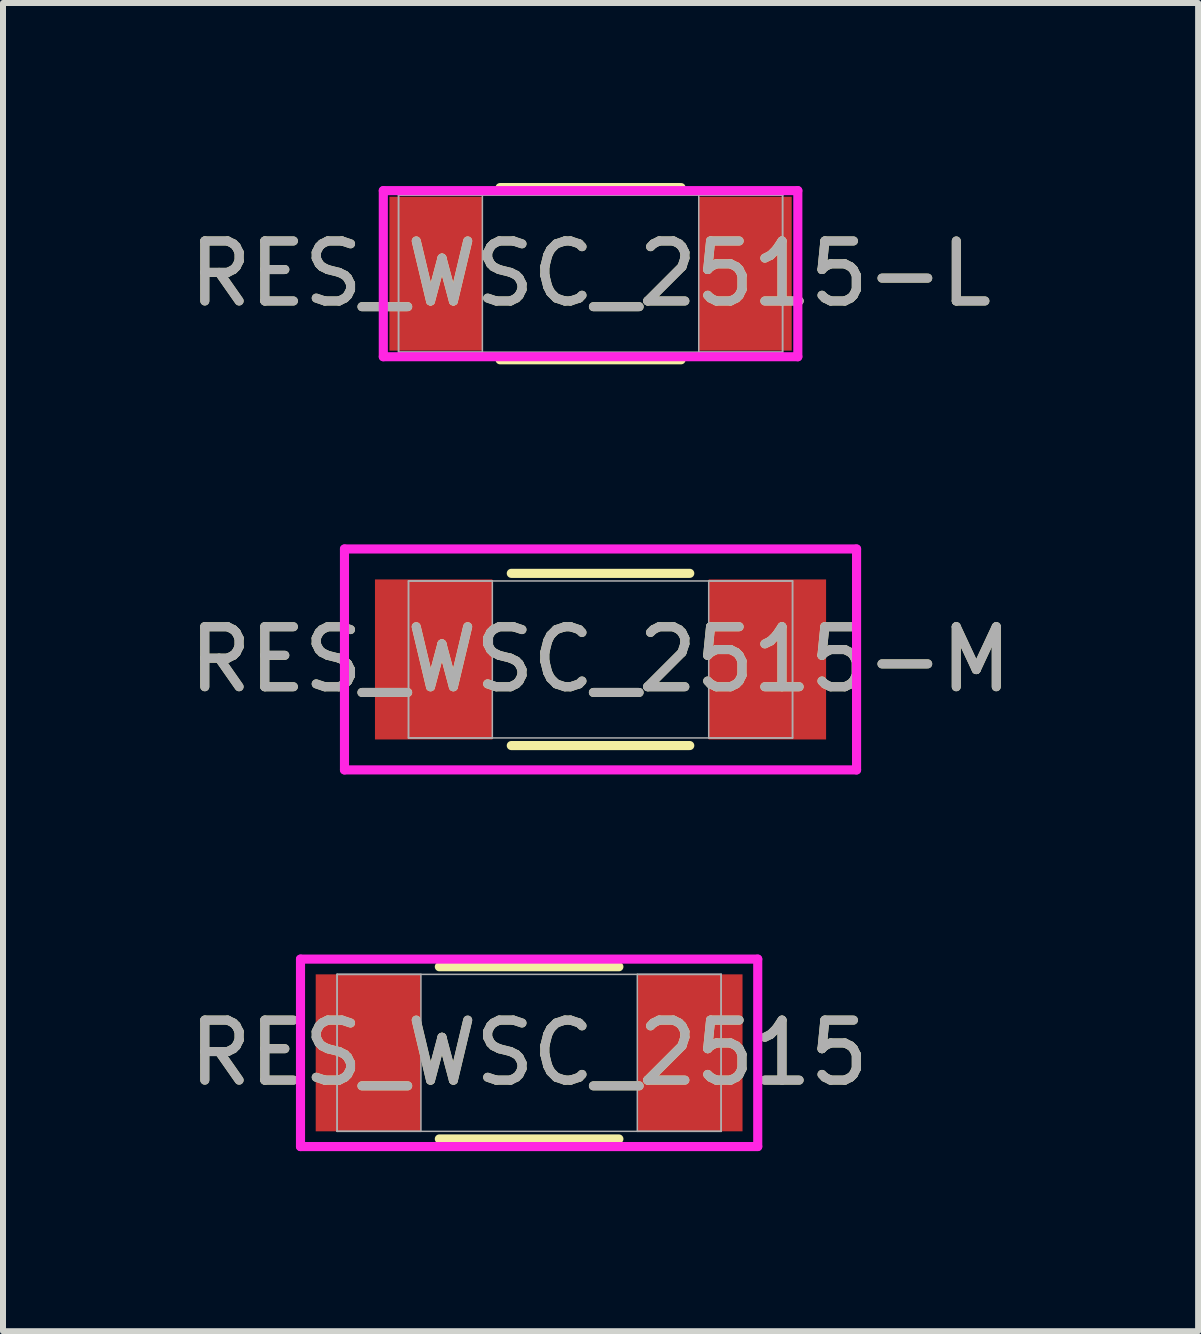
<source format=kicad_pcb>
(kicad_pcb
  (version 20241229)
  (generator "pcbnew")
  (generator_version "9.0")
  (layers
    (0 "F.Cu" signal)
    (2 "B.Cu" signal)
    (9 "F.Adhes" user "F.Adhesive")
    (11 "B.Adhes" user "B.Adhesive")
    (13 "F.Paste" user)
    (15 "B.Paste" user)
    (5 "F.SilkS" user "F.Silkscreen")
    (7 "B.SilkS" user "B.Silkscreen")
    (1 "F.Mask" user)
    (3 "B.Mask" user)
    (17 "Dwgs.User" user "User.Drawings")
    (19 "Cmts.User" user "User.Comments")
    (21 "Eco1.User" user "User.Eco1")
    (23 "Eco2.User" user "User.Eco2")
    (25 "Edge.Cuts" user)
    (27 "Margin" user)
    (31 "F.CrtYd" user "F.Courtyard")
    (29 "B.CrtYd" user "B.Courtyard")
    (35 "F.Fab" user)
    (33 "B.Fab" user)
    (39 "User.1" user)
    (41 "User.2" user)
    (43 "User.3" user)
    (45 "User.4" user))
  (footprint "RES_WSC_2515"
    (layer "F.Cu")
    (at 5.768 14.496)
    (property "Reference" "RES_WSC_2515" (at 0 0 0) (unlocked yes) (layer "F.SilkS") (effects (font (size 1 1) (thickness 0.15))))
    (attr smd)
    (fp_line (start -1.496 1.435) (end 1.496 1.435) (stroke (width 0.152) (type solid)) (layer "F.SilkS"))
    (fp_line (start 1.496 -1.435) (end -1.496 -1.435) (stroke (width 0.152) (type solid)) (layer "F.SilkS"))
    (fp_line (start -3.81 -1.562) (end 3.81 -1.562) (stroke (width 0.152) (type solid)) (layer "F.CrtYd"))
    (fp_line (start -3.81 1.562) (end -3.81 -1.562) (stroke (width 0.152) (type solid)) (layer "F.CrtYd"))
    (fp_line (start 3.81 -1.562) (end 3.81 1.562) (stroke (width 0.152) (type solid)) (layer "F.CrtYd"))
    (fp_line (start 3.81 1.562) (end -3.81 1.562) (stroke (width 0.152) (type solid)) (layer "F.CrtYd"))
    (fp_line (start -3.2 -1.308) (end -3.2 1.308) (stroke (width 0.025) (type solid)) (layer "F.Fab"))
    (fp_line (start -3.2 -1.308) (end -3.2 1.308) (stroke (width 0.025) (type solid)) (layer "F.Fab"))
    (fp_line (start -3.2 1.308) (end -1.803 1.308) (stroke (width 0.025) (type solid)) (layer "F.Fab"))
    (fp_line (start -3.2 1.308) (end 3.2 1.308) (stroke (width 0.025) (type solid)) (layer "F.Fab"))
    (fp_line (start -1.803 -1.308) (end -3.2 -1.308) (stroke (width 0.025) (type solid)) (layer "F.Fab"))
    (fp_line (start -1.803 1.308) (end -1.803 -1.308) (stroke (width 0.025) (type solid)) (layer "F.Fab"))
    (fp_line (start 1.803 -1.308) (end 1.803 1.308) (stroke (width 0.025) (type solid)) (layer "F.Fab"))
    (fp_line (start 1.803 1.308) (end 3.2 1.308) (stroke (width 0.025) (type solid)) (layer "F.Fab"))
    (fp_line (start 3.2 -1.308) (end -3.2 -1.308) (stroke (width 0.025) (type solid)) (layer "F.Fab"))
    (fp_line (start 3.2 -1.308) (end 1.803 -1.308) (stroke (width 0.025) (type solid)) (layer "F.Fab"))
    (fp_line (start 3.2 1.308) (end 3.2 -1.308) (stroke (width 0.025) (type solid)) (layer "F.Fab"))
    (fp_line (start 3.2 1.308) (end 3.2 -1.308) (stroke (width 0.025) (type solid)) (layer "F.Fab"))
    (fp_text user "${REFERENCE}" (at 0 0 0) (unlocked yes) (layer "F.Fab") (effects (font (size 1 1) (thickness 0.15))))
    (pad "1" smd rect (at -2.68 0) (size 1.753 2.616) (layers "F.Cu" "F.Mask" "F.Paste"))
    (pad "2" smd rect (at 2.68 0) (size 1.753 2.616) (layers "F.Cu" "F.Mask" "F.Paste"))
    (zone (net_name "") (layer "F.Cu") (hatch full 0.508) (connect_pads) (min_thickness 0.254) (filled_areas_thickness no) (keepout (tracks not_allowed) (vias not_allowed) (pads allowed) (copperpour not_allowed) (footprints allowed)) (placement (enabled no)) (fill) (polygon (pts (xy 4.015 13.239) (xy 7.52 13.239) (xy 7.52 15.754) (xy 4.015 15.754)))))
  (footprint "RES_WSC_2515-M"
    (layer "F.Cu")
    (at 6.958 7.94)
    (property "Reference" "RES_WSC_2515-M" (at 0 0 0) (unlocked yes) (layer "F.SilkS") (effects (font (size 1 1) (thickness 0.15))))
    (attr smd)
    (fp_line (start -1.487 1.435) (end 1.487 1.435) (stroke (width 0.152) (type solid)) (layer "F.SilkS"))
    (fp_line (start 1.487 -1.435) (end -1.487 -1.435) (stroke (width 0.152) (type solid)) (layer "F.SilkS"))
    (fp_line (start -4.267 -1.841) (end 4.267 -1.841) (stroke (width 0.152) (type solid)) (layer "F.CrtYd"))
    (fp_line (start -4.267 1.841) (end -4.267 -1.841) (stroke (width 0.152) (type solid)) (layer "F.CrtYd"))
    (fp_line (start 4.267 -1.841) (end 4.267 1.841) (stroke (width 0.152) (type solid)) (layer "F.CrtYd"))
    (fp_line (start 4.267 1.841) (end -4.267 1.841) (stroke (width 0.152) (type solid)) (layer "F.CrtYd"))
    (fp_line (start -3.2 -1.308) (end -3.2 1.308) (stroke (width 0.025) (type solid)) (layer "F.Fab"))
    (fp_line (start -3.2 -1.308) (end -3.2 1.308) (stroke (width 0.025) (type solid)) (layer "F.Fab"))
    (fp_line (start -3.2 1.308) (end -1.803 1.308) (stroke (width 0.025) (type solid)) (layer "F.Fab"))
    (fp_line (start -3.2 1.308) (end 3.2 1.308) (stroke (width 0.025) (type solid)) (layer "F.Fab"))
    (fp_line (start -1.803 -1.308) (end -3.2 -1.308) (stroke (width 0.025) (type solid)) (layer "F.Fab"))
    (fp_line (start -1.803 1.308) (end -1.803 -1.308) (stroke (width 0.025) (type solid)) (layer "F.Fab"))
    (fp_line (start 1.803 -1.308) (end 1.803 1.308) (stroke (width 0.025) (type solid)) (layer "F.Fab"))
    (fp_line (start 1.803 1.308) (end 3.2 1.308) (stroke (width 0.025) (type solid)) (layer "F.Fab"))
    (fp_line (start 3.2 -1.308) (end -3.2 -1.308) (stroke (width 0.025) (type solid)) (layer "F.Fab"))
    (fp_line (start 3.2 -1.308) (end 1.803 -1.308) (stroke (width 0.025) (type solid)) (layer "F.Fab"))
    (fp_line (start 3.2 1.308) (end 3.2 -1.308) (stroke (width 0.025) (type solid)) (layer "F.Fab"))
    (fp_line (start 3.2 1.308) (end 3.2 -1.308) (stroke (width 0.025) (type solid)) (layer "F.Fab"))
    (fp_text user "${REFERENCE}" (at 0 0 0) (unlocked yes) (layer "F.Fab") (effects (font (size 1 1) (thickness 0.15))))
    (pad "1" smd rect (at -2.781 0) (size 1.956 2.667) (layers "F.Cu" "F.Mask" "F.Paste"))
    (pad "2" smd rect (at 2.781 0) (size 1.956 2.667) (layers "F.Cu" "F.Mask" "F.Paste"))
    (zone (net_name "") (layer "F.Cu") (hatch full 0.508) (connect_pads) (min_thickness 0.254) (filled_areas_thickness no) (keepout (tracks not_allowed) (vias not_allowed) (pads allowed) (copperpour not_allowed) (footprints allowed)) (placement (enabled no)) (fill) (polygon (pts (xy 5.206 6.683) (xy 8.711 6.683) (xy 8.711 9.198) (xy 5.206 9.198)))))
  (footprint "RES_WSC_2515-L"
    (layer "F.Cu")
    (at 6.792 1.511)
    (property "Reference" "RES_WSC_2515-L" (at 0 0 0) (unlocked yes) (layer "F.SilkS") (effects (font (size 1 1) (thickness 0.15))))
    (attr smd)
    (fp_line (start -1.508 1.435) (end 1.508 1.435) (stroke (width 0.152) (type solid)) (layer "F.SilkS"))
    (fp_line (start 1.508 -1.435) (end -1.508 -1.435) (stroke (width 0.152) (type solid)) (layer "F.SilkS"))
    (fp_line (start -3.454 -1.384) (end 3.454 -1.384) (stroke (width 0.152) (type solid)) (layer "F.CrtYd"))
    (fp_line (start -3.454 1.384) (end -3.454 -1.384) (stroke (width 0.152) (type solid)) (layer "F.CrtYd"))
    (fp_line (start 3.454 -1.384) (end 3.454 1.384) (stroke (width 0.152) (type solid)) (layer "F.CrtYd"))
    (fp_line (start 3.454 1.384) (end -3.454 1.384) (stroke (width 0.152) (type solid)) (layer "F.CrtYd"))
    (fp_line (start -3.2 -1.308) (end -3.2 1.308) (stroke (width 0.025) (type solid)) (layer "F.Fab"))
    (fp_line (start -3.2 -1.308) (end -3.2 1.308) (stroke (width 0.025) (type solid)) (layer "F.Fab"))
    (fp_line (start -3.2 1.308) (end -1.803 1.308) (stroke (width 0.025) (type solid)) (layer "F.Fab"))
    (fp_line (start -3.2 1.308) (end 3.2 1.308) (stroke (width 0.025) (type solid)) (layer "F.Fab"))
    (fp_line (start -1.803 -1.308) (end -3.2 -1.308) (stroke (width 0.025) (type solid)) (layer "F.Fab"))
    (fp_line (start -1.803 1.308) (end -1.803 -1.308) (stroke (width 0.025) (type solid)) (layer "F.Fab"))
    (fp_line (start 1.803 -1.308) (end 1.803 1.308) (stroke (width 0.025) (type solid)) (layer "F.Fab"))
    (fp_line (start 1.803 1.308) (end 3.2 1.308) (stroke (width 0.025) (type solid)) (layer "F.Fab"))
    (fp_line (start 3.2 -1.308) (end -3.2 -1.308) (stroke (width 0.025) (type solid)) (layer "F.Fab"))
    (fp_line (start 3.2 -1.308) (end 1.803 -1.308) (stroke (width 0.025) (type solid)) (layer "F.Fab"))
    (fp_line (start 3.2 1.308) (end 3.2 -1.308) (stroke (width 0.025) (type solid)) (layer "F.Fab"))
    (fp_line (start 3.2 1.308) (end 3.2 -1.308) (stroke (width 0.025) (type solid)) (layer "F.Fab"))
    (fp_text user "${REFERENCE}" (at 0 0 0) (unlocked yes) (layer "F.Fab") (effects (font (size 1 1) (thickness 0.15))))
    (pad "1" smd rect (at -2.578 0) (size 1.549 2.565) (layers "F.Cu" "F.Mask" "F.Paste"))
    (pad "2" smd rect (at 2.578 0) (size 1.549 2.565) (layers "F.Cu" "F.Mask" "F.Paste"))
    (zone (net_name "") (layer "F.Cu") (hatch full 0.508) (connect_pads) (min_thickness 0.254) (filled_areas_thickness no) (keepout (tracks not_allowed) (vias not_allowed) (pads allowed) (copperpour not_allowed) (footprints allowed)) (placement (enabled no)) (fill) (polygon (pts (xy 5.039 0.254) (xy 8.544 0.254) (xy 8.544 2.769) (xy 5.039 2.769)))))
  (gr_rect
    (start -3 -3)
    (end 16.917 19.135)
    (stroke (width 0.1) (type default))
    (fill no)
    (layer "Edge.Cuts")))
</source>
